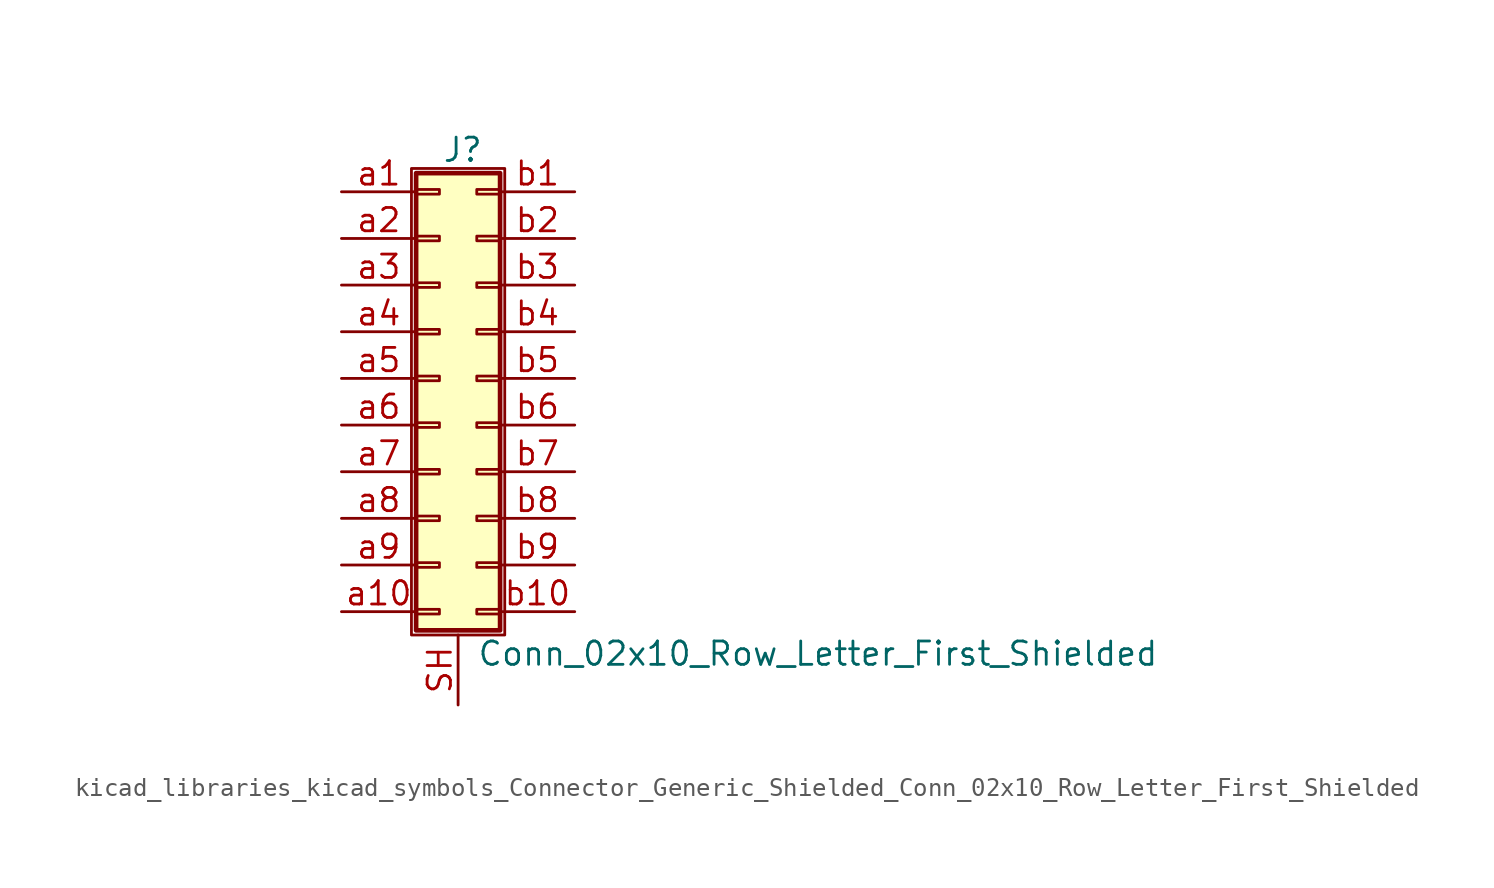
<source format=kicad_sym>
(kicad_symbol_lib
  (version 20220914)
  (generator kicad_symbol_editor)
  (symbol "kicad_libraries_kicad_symbols_Connector_Generic_Shielded_Conn_02x10_Row_Letter_First_Shielded"
    (pin_names
      (offset 1.016) hide)
    (property "Reference" "J"
      (at 1.524 12.446 0)
      (effects (font (size 1.27 1.27))))
    (property "Value" "Conn_02x10_Row_Letter_First_Shielded"
      (at 2.286 -14.986 0)
      (effects (font (size 1.27 1.27)) (justify left)))
    (symbol "kicad_libraries_kicad_symbols_Connector_Generic_Shielded_Conn_02x10_Row_Letter_First_Shielded_1_1"
      (rectangle (start -1.27 11.43) (end 3.81 -13.97) (stroke (width 0.152) (type default)) (fill (type none)))
      (rectangle (start -1.016 -12.573) (end 0.254 -12.827) (stroke (width 0.152) (type default)) (fill (type none)))
      (rectangle (start -1.016 -10.033) (end 0.254 -10.287) (stroke (width 0.152) (type default)) (fill (type none)))
      (rectangle (start -1.016 -7.493) (end 0.254 -7.747) (stroke (width 0.152) (type default)) (fill (type none)))
      (rectangle (start -1.016 -4.953) (end 0.254 -5.207) (stroke (width 0.152) (type default)) (fill (type none)))
      (rectangle (start -1.016 -2.413) (end 0.254 -2.667) (stroke (width 0.152) (type default)) (fill (type none)))
      (rectangle (start -1.016 0.127) (end 0.254 -0.127) (stroke (width 0.152) (type default)) (fill (type none)))
      (rectangle (start -1.016 2.667) (end 0.254 2.413) (stroke (width 0.152) (type default)) (fill (type none)))
      (rectangle (start -1.016 5.207) (end 0.254 4.953) (stroke (width 0.152) (type default)) (fill (type none)))
      (rectangle (start -1.016 7.747) (end 0.254 7.493) (stroke (width 0.152) (type default)) (fill (type none)))
      (rectangle (start -1.016 10.287) (end 0.254 10.033) (stroke (width 0.152) (type default)) (fill (type none)))
      (rectangle (start -1.016 11.176) (end 3.556 -13.716) (stroke (width 0.254) (type default)) (fill (type background)))
      (rectangle (start 3.556 -12.573) (end 2.286 -12.827) (stroke (width 0.152) (type default)) (fill (type none)))
      (rectangle (start 3.556 -10.033) (end 2.286 -10.287) (stroke (width 0.152) (type default)) (fill (type none)))
      (rectangle (start 3.556 -7.493) (end 2.286 -7.747) (stroke (width 0.152) (type default)) (fill (type none)))
      (rectangle (start 3.556 -4.953) (end 2.286 -5.207) (stroke (width 0.152) (type default)) (fill (type none)))
      (rectangle (start 3.556 -2.413) (end 2.286 -2.667) (stroke (width 0.152) (type default)) (fill (type none)))
      (rectangle (start 3.556 0.127) (end 2.286 -0.127) (stroke (width 0.152) (type default)) (fill (type none)))
      (rectangle (start 3.556 2.667) (end 2.286 2.413) (stroke (width 0.152) (type default)) (fill (type none)))
      (rectangle (start 3.556 5.207) (end 2.286 4.953) (stroke (width 0.152) (type default)) (fill (type none)))
      (rectangle (start 3.556 7.747) (end 2.286 7.493) (stroke (width 0.152) (type default)) (fill (type none)))
      (rectangle (start 3.556 10.287) (end 2.286 10.033) (stroke (width 0.152) (type default)) (fill (type none)))
      (pin passive line (at 1.27 -17.78 90) (length 3.81) (name "Shield" (effects (font (size 1.27 1.27)))) (number "SH" (effects (font (size 1.27 1.27)))))
      (pin passive line (at -5.08 10.16 0) (length 4.064) (name "Pin_a1" (effects (font (size 1.27 1.27)))) (number "a1" (effects (font (size 1.27 1.27)))))
      (pin passive line (at -5.08 -12.7 0) (length 4.064) (name "Pin_a10" (effects (font (size 1.27 1.27)))) (number "a10" (effects (font (size 1.27 1.27)))))
      (pin passive line (at -5.08 7.62 0) (length 4.064) (name "Pin_a2" (effects (font (size 1.27 1.27)))) (number "a2" (effects (font (size 1.27 1.27)))))
      (pin passive line (at -5.08 5.08 0) (length 4.064) (name "Pin_a3" (effects (font (size 1.27 1.27)))) (number "a3" (effects (font (size 1.27 1.27)))))
      (pin passive line (at -5.08 2.54 0) (length 4.064) (name "Pin_a4" (effects (font (size 1.27 1.27)))) (number "a4" (effects (font (size 1.27 1.27)))))
      (pin passive line (at -5.08 0 0) (length 4.064) (name "Pin_a5" (effects (font (size 1.27 1.27)))) (number "a5" (effects (font (size 1.27 1.27)))))
      (pin passive line (at -5.08 -2.54 0) (length 4.064) (name "Pin_a6" (effects (font (size 1.27 1.27)))) (number "a6" (effects (font (size 1.27 1.27)))))
      (pin passive line (at -5.08 -5.08 0) (length 4.064) (name "Pin_a7" (effects (font (size 1.27 1.27)))) (number "a7" (effects (font (size 1.27 1.27)))))
      (pin passive line (at -5.08 -7.62 0) (length 4.064) (name "Pin_a8" (effects (font (size 1.27 1.27)))) (number "a8" (effects (font (size 1.27 1.27)))))
      (pin passive line (at -5.08 -10.16 0) (length 4.064) (name "Pin_a9" (effects (font (size 1.27 1.27)))) (number "a9" (effects (font (size 1.27 1.27)))))
      (pin passive line (at 7.62 10.16 180) (length 4.064) (name "Pin_b1" (effects (font (size 1.27 1.27)))) (number "b1" (effects (font (size 1.27 1.27)))))
      (pin passive line (at 7.62 -12.7 180) (length 4.064) (name "Pin_b10" (effects (font (size 1.27 1.27)))) (number "b10" (effects (font (size 1.27 1.27)))))
      (pin passive line (at 7.62 7.62 180) (length 4.064) (name "Pin_b2" (effects (font (size 1.27 1.27)))) (number "b2" (effects (font (size 1.27 1.27)))))
      (pin passive line (at 7.62 5.08 180) (length 4.064) (name "Pin_b3" (effects (font (size 1.27 1.27)))) (number "b3" (effects (font (size 1.27 1.27)))))
      (pin passive line (at 7.62 2.54 180) (length 4.064) (name "Pin_b4" (effects (font (size 1.27 1.27)))) (number "b4" (effects (font (size 1.27 1.27)))))
      (pin passive line (at 7.62 0 180) (length 4.064) (name "Pin_b5" (effects (font (size 1.27 1.27)))) (number "b5" (effects (font (size 1.27 1.27)))))
      (pin passive line (at 7.62 -2.54 180) (length 4.064) (name "Pin_b6" (effects (font (size 1.27 1.27)))) (number "b6" (effects (font (size 1.27 1.27)))))
      (pin passive line (at 7.62 -5.08 180) (length 4.064) (name "Pin_b7" (effects (font (size 1.27 1.27)))) (number "b7" (effects (font (size 1.27 1.27)))))
      (pin passive line (at 7.62 -7.62 180) (length 4.064) (name "Pin_b8" (effects (font (size 1.27 1.27)))) (number "b8" (effects (font (size 1.27 1.27)))))
      (pin passive line (at 7.62 -10.16 180) (length 4.064) (name "Pin_b9" (effects (font (size 1.27 1.27)))) (number "b9" (effects (font (size 1.27 1.27))))))))
</source>
